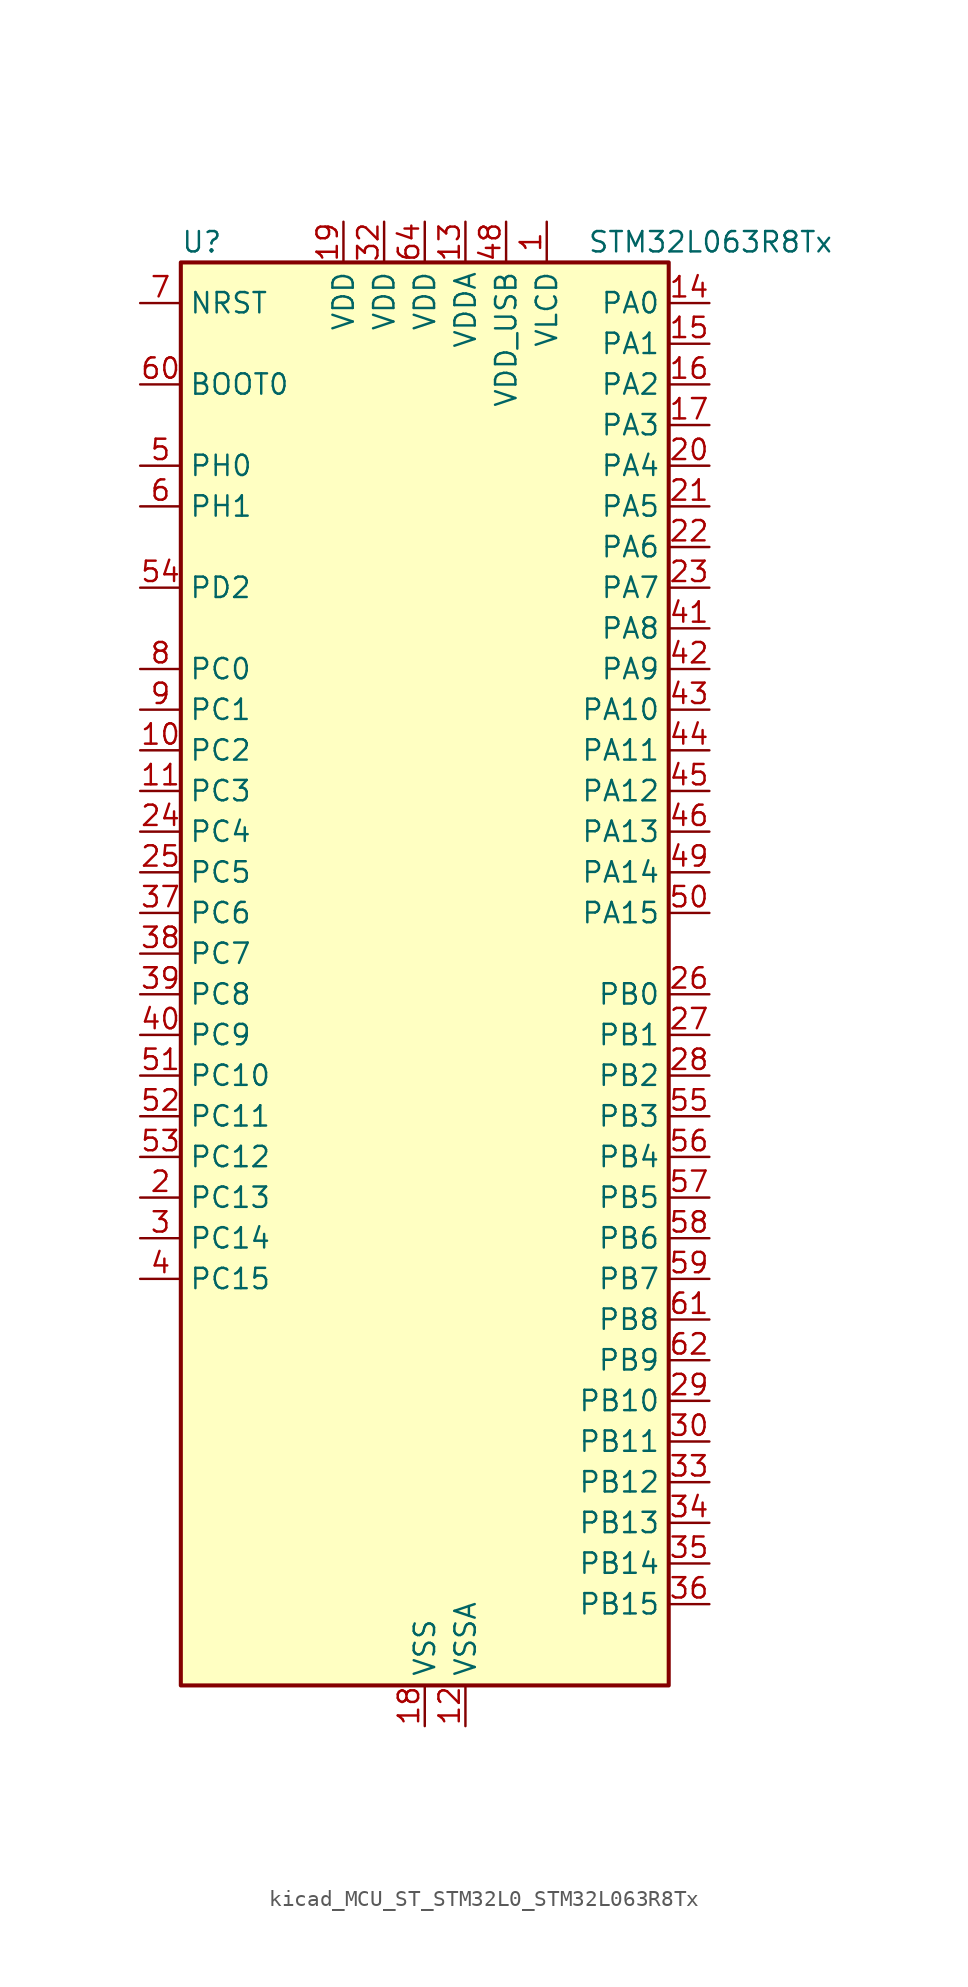
<source format=kicad_sym>
(kicad_symbol_lib
  (version 20220914)
  (generator kicad_symbol_editor)
  (symbol "kicad_MCU_ST_STM32L0_STM32L063R8Tx"
    (property "Reference" "U"
      (at -15.24 46.99 0)
      (effects (font (size 1.27 1.27)) (justify left)))
    (property "Value" "STM32L063R8Tx"
      (at 10.16 46.99 0)
      (effects (font (size 1.27 1.27)) (justify left)))
    (property "ki_locked" ""
      (at 0 0 0)
      (effects (font (size 1.27 1.27))))
    (symbol "kicad_MCU_ST_STM32L0_STM32L063R8Tx_0_1"
      (rectangle (start -15.24 -43.18) (end 15.24 45.72) (stroke (width 0.254) (type default)) (fill (type background))))
    (symbol "kicad_MCU_ST_STM32L0_STM32L063R8Tx_1_1"
      (pin power_in line (at 7.62 48.26 270) (length 2.54) (name "VLCD" (effects (font (size 1.27 1.27)))) (number "1" (effects (font (size 1.27 1.27)))))
      (pin bidirectional line (at -17.78 15.24 0) (length 2.54) (name "PC2" (effects (font (size 1.27 1.27)))) (number "10" (effects (font (size 1.27 1.27)))) (alternate "ADC_IN12" bidirectional line) (alternate "I2S2_MCK" bidirectional line) (alternate "LCD_SEG20" bidirectional line) (alternate "LPTIM1_IN2" bidirectional line) (alternate "SPI2_MISO" bidirectional line) (alternate "TSC_G7_IO3" bidirectional line))
      (pin bidirectional line (at -17.78 12.7 0) (length 2.54) (name "PC3" (effects (font (size 1.27 1.27)))) (number "11" (effects (font (size 1.27 1.27)))) (alternate "ADC_IN13" bidirectional line) (alternate "I2S2_SD" bidirectional line) (alternate "LCD_SEG21" bidirectional line) (alternate "LPTIM1_ETR" bidirectional line) (alternate "SPI2_MOSI" bidirectional line) (alternate "TSC_G7_IO4" bidirectional line))
      (pin power_in line (at 2.54 -45.72 90) (length 2.54) (name "VSSA" (effects (font (size 1.27 1.27)))) (number "12" (effects (font (size 1.27 1.27)))))
      (pin power_in line (at 2.54 48.26 270) (length 2.54) (name "VDDA" (effects (font (size 1.27 1.27)))) (number "13" (effects (font (size 1.27 1.27)))))
      (pin bidirectional line (at 17.78 43.18 180) (length 2.54) (name "PA0" (effects (font (size 1.27 1.27)))) (number "14" (effects (font (size 1.27 1.27)))) (alternate "ADC_IN0" bidirectional line) (alternate "COMP1_INM" bidirectional line) (alternate "COMP1_OUT" bidirectional line) (alternate "RTC_TAMP2" bidirectional line) (alternate "SYS_WKUP1" bidirectional line) (alternate "TIM2_CH1" bidirectional line) (alternate "TIM2_ETR" bidirectional line) (alternate "TSC_G1_IO1" bidirectional line) (alternate "USART2_CTS" bidirectional line))
      (pin bidirectional line (at 17.78 40.64 180) (length 2.54) (name "PA1" (effects (font (size 1.27 1.27)))) (number "15" (effects (font (size 1.27 1.27)))) (alternate "ADC_IN1" bidirectional line) (alternate "COMP1_INP" bidirectional line) (alternate "LCD_SEG0" bidirectional line) (alternate "TIM21_ETR" bidirectional line) (alternate "TIM2_CH2" bidirectional line) (alternate "TSC_G1_IO2" bidirectional line) (alternate "USART2_DE" bidirectional line) (alternate "USART2_RTS" bidirectional line))
      (pin bidirectional line (at 17.78 38.1 180) (length 2.54) (name "PA2" (effects (font (size 1.27 1.27)))) (number "16" (effects (font (size 1.27 1.27)))) (alternate "ADC_IN2" bidirectional line) (alternate "COMP2_INM" bidirectional line) (alternate "COMP2_OUT" bidirectional line) (alternate "LCD_SEG1" bidirectional line) (alternate "TIM21_CH1" bidirectional line) (alternate "TIM2_CH3" bidirectional line) (alternate "TSC_G1_IO3" bidirectional line) (alternate "USART2_TX" bidirectional line))
      (pin bidirectional line (at 17.78 35.56 180) (length 2.54) (name "PA3" (effects (font (size 1.27 1.27)))) (number "17" (effects (font (size 1.27 1.27)))) (alternate "ADC_IN3" bidirectional line) (alternate "COMP2_INP" bidirectional line) (alternate "LCD_SEG2" bidirectional line) (alternate "TIM21_CH2" bidirectional line) (alternate "TIM2_CH4" bidirectional line) (alternate "TSC_G1_IO4" bidirectional line) (alternate "USART2_RX" bidirectional line))
      (pin power_in line (at 0 -45.72 90) (length 2.54) (name "VSS" (effects (font (size 1.27 1.27)))) (number "18" (effects (font (size 1.27 1.27)))))
      (pin power_in line (at -5.08 48.26 270) (length 2.54) (name "VDD" (effects (font (size 1.27 1.27)))) (number "19" (effects (font (size 1.27 1.27)))))
      (pin bidirectional line (at -17.78 -12.7 0) (length 2.54) (name "PC13" (effects (font (size 1.27 1.27)))) (number "2" (effects (font (size 1.27 1.27)))) (alternate "RTC_OUT_ALARM" bidirectional line) (alternate "RTC_OUT_CALIB" bidirectional line) (alternate "RTC_TAMP1" bidirectional line) (alternate "RTC_TS" bidirectional line) (alternate "SYS_WKUP2" bidirectional line))
      (pin bidirectional line (at 17.78 33.02 180) (length 2.54) (name "PA4" (effects (font (size 1.27 1.27)))) (number "20" (effects (font (size 1.27 1.27)))) (alternate "ADC_IN4" bidirectional line) (alternate "COMP1_INM" bidirectional line) (alternate "COMP2_INM" bidirectional line) (alternate "DAC_OUT1" bidirectional line) (alternate "SPI1_NSS" bidirectional line) (alternate "TIM22_ETR" bidirectional line) (alternate "TSC_G2_IO1" bidirectional line) (alternate "USART2_CK" bidirectional line))
      (pin bidirectional line (at 17.78 30.48 180) (length 2.54) (name "PA5" (effects (font (size 1.27 1.27)))) (number "21" (effects (font (size 1.27 1.27)))) (alternate "ADC_IN5" bidirectional line) (alternate "COMP1_INM" bidirectional line) (alternate "COMP2_INM" bidirectional line) (alternate "SPI1_SCK" bidirectional line) (alternate "TIM2_CH1" bidirectional line) (alternate "TIM2_ETR" bidirectional line) (alternate "TSC_G2_IO2" bidirectional line))
      (pin bidirectional line (at 17.78 27.94 180) (length 2.54) (name "PA6" (effects (font (size 1.27 1.27)))) (number "22" (effects (font (size 1.27 1.27)))) (alternate "ADC_IN6" bidirectional line) (alternate "COMP1_OUT" bidirectional line) (alternate "LCD_SEG3" bidirectional line) (alternate "LPUART1_CTS" bidirectional line) (alternate "SPI1_MISO" bidirectional line) (alternate "TIM22_CH1" bidirectional line) (alternate "TSC_G2_IO3" bidirectional line))
      (pin bidirectional line (at 17.78 25.4 180) (length 2.54) (name "PA7" (effects (font (size 1.27 1.27)))) (number "23" (effects (font (size 1.27 1.27)))) (alternate "ADC_IN7" bidirectional line) (alternate "COMP2_OUT" bidirectional line) (alternate "LCD_SEG4" bidirectional line) (alternate "SPI1_MOSI" bidirectional line) (alternate "TIM22_CH2" bidirectional line) (alternate "TSC_G2_IO4" bidirectional line))
      (pin bidirectional line (at -17.78 10.16 0) (length 2.54) (name "PC4" (effects (font (size 1.27 1.27)))) (number "24" (effects (font (size 1.27 1.27)))) (alternate "ADC_IN14" bidirectional line) (alternate "LCD_SEG22" bidirectional line) (alternate "LPUART1_TX" bidirectional line))
      (pin bidirectional line (at -17.78 7.62 0) (length 2.54) (name "PC5" (effects (font (size 1.27 1.27)))) (number "25" (effects (font (size 1.27 1.27)))) (alternate "ADC_IN15" bidirectional line) (alternate "LCD_SEG23" bidirectional line) (alternate "LPUART1_RX" bidirectional line) (alternate "TSC_G3_IO1" bidirectional line))
      (pin bidirectional line (at 17.78 0 180) (length 2.54) (name "PB0" (effects (font (size 1.27 1.27)))) (number "26" (effects (font (size 1.27 1.27)))) (alternate "ADC_IN8" bidirectional line) (alternate "LCD_SEG5" bidirectional line) (alternate "LCD_VLCD3" bidirectional line) (alternate "SYS_VREF_OUT_PB0" bidirectional line) (alternate "TSC_G3_IO2" bidirectional line))
      (pin bidirectional line (at 17.78 -2.54 180) (length 2.54) (name "PB1" (effects (font (size 1.27 1.27)))) (number "27" (effects (font (size 1.27 1.27)))) (alternate "ADC_IN9" bidirectional line) (alternate "LCD_SEG6" bidirectional line) (alternate "LPUART1_DE" bidirectional line) (alternate "LPUART1_RTS" bidirectional line) (alternate "SYS_VREF_OUT_PB1" bidirectional line) (alternate "TSC_G3_IO3" bidirectional line))
      (pin bidirectional line (at 17.78 -5.08 180) (length 2.54) (name "PB2" (effects (font (size 1.27 1.27)))) (number "28" (effects (font (size 1.27 1.27)))) (alternate "LCD_VLCD1" bidirectional line) (alternate "LPTIM1_OUT" bidirectional line) (alternate "TSC_G3_IO4" bidirectional line))
      (pin bidirectional line (at 17.78 -25.4 180) (length 2.54) (name "PB10" (effects (font (size 1.27 1.27)))) (number "29" (effects (font (size 1.27 1.27)))) (alternate "I2C2_SCL" bidirectional line) (alternate "LCD_SEG10" bidirectional line) (alternate "LPUART1_TX" bidirectional line) (alternate "SPI2_SCK" bidirectional line) (alternate "TIM2_CH3" bidirectional line) (alternate "TSC_SYNC" bidirectional line))
      (pin bidirectional line (at -17.78 -15.24 0) (length 2.54) (name "PC14" (effects (font (size 1.27 1.27)))) (number "3" (effects (font (size 1.27 1.27)))) (alternate "RCC_OSC32_IN" bidirectional line))
      (pin bidirectional line (at 17.78 -27.94 180) (length 2.54) (name "PB11" (effects (font (size 1.27 1.27)))) (number "30" (effects (font (size 1.27 1.27)))) (alternate "ADC_EXTI11" bidirectional line) (alternate "I2C2_SDA" bidirectional line) (alternate "LCD_SEG11" bidirectional line) (alternate "LPUART1_RX" bidirectional line) (alternate "TIM2_CH4" bidirectional line) (alternate "TSC_G6_IO1" bidirectional line))
      (pin passive line (at 0 -45.72 90) (length 2.54) hide (name "VSS" (effects (font (size 1.27 1.27)))) (number "31" (effects (font (size 1.27 1.27)))))
      (pin power_in line (at -2.54 48.26 270) (length 2.54) (name "VDD" (effects (font (size 1.27 1.27)))) (number "32" (effects (font (size 1.27 1.27)))))
      (pin bidirectional line (at 17.78 -30.48 180) (length 2.54) (name "PB12" (effects (font (size 1.27 1.27)))) (number "33" (effects (font (size 1.27 1.27)))) (alternate "I2S2_WS" bidirectional line) (alternate "LCD_SEG12" bidirectional line) (alternate "LCD_VLCD2" bidirectional line) (alternate "LPUART1_DE" bidirectional line) (alternate "LPUART1_RTS" bidirectional line) (alternate "SPI2_NSS" bidirectional line) (alternate "TSC_G6_IO2" bidirectional line))
      (pin bidirectional line (at 17.78 -33.02 180) (length 2.54) (name "PB13" (effects (font (size 1.27 1.27)))) (number "34" (effects (font (size 1.27 1.27)))) (alternate "I2C2_SCL" bidirectional line) (alternate "I2S2_CK" bidirectional line) (alternate "LCD_SEG13" bidirectional line) (alternate "LPUART1_CTS" bidirectional line) (alternate "SPI2_SCK" bidirectional line) (alternate "TIM21_CH1" bidirectional line) (alternate "TSC_G6_IO3" bidirectional line))
      (pin bidirectional line (at 17.78 -35.56 180) (length 2.54) (name "PB14" (effects (font (size 1.27 1.27)))) (number "35" (effects (font (size 1.27 1.27)))) (alternate "I2C2_SDA" bidirectional line) (alternate "I2S2_MCK" bidirectional line) (alternate "LCD_SEG14" bidirectional line) (alternate "LPUART1_DE" bidirectional line) (alternate "LPUART1_RTS" bidirectional line) (alternate "RTC_OUT_ALARM" bidirectional line) (alternate "RTC_OUT_CALIB" bidirectional line) (alternate "SPI2_MISO" bidirectional line) (alternate "TIM21_CH2" bidirectional line) (alternate "TSC_G6_IO4" bidirectional line))
      (pin bidirectional line (at 17.78 -38.1 180) (length 2.54) (name "PB15" (effects (font (size 1.27 1.27)))) (number "36" (effects (font (size 1.27 1.27)))) (alternate "I2S2_SD" bidirectional line) (alternate "LCD_SEG15" bidirectional line) (alternate "RTC_REFIN" bidirectional line) (alternate "SPI2_MOSI" bidirectional line))
      (pin bidirectional line (at -17.78 5.08 0) (length 2.54) (name "PC6" (effects (font (size 1.27 1.27)))) (number "37" (effects (font (size 1.27 1.27)))) (alternate "LCD_SEG24" bidirectional line) (alternate "TIM22_CH1" bidirectional line) (alternate "TSC_G8_IO1" bidirectional line))
      (pin bidirectional line (at -17.78 2.54 0) (length 2.54) (name "PC7" (effects (font (size 1.27 1.27)))) (number "38" (effects (font (size 1.27 1.27)))) (alternate "LCD_SEG25" bidirectional line) (alternate "TIM22_CH2" bidirectional line) (alternate "TSC_G8_IO2" bidirectional line))
      (pin bidirectional line (at -17.78 0 0) (length 2.54) (name "PC8" (effects (font (size 1.27 1.27)))) (number "39" (effects (font (size 1.27 1.27)))) (alternate "LCD_SEG26" bidirectional line) (alternate "TIM22_ETR" bidirectional line) (alternate "TSC_G8_IO3" bidirectional line))
      (pin bidirectional line (at -17.78 -17.78 0) (length 2.54) (name "PC15" (effects (font (size 1.27 1.27)))) (number "4" (effects (font (size 1.27 1.27)))) (alternate "RCC_OSC32_OUT" bidirectional line))
      (pin bidirectional line (at -17.78 -2.54 0) (length 2.54) (name "PC9" (effects (font (size 1.27 1.27)))) (number "40" (effects (font (size 1.27 1.27)))) (alternate "DAC_EXTI9" bidirectional line) (alternate "LCD_SEG27" bidirectional line) (alternate "TIM21_ETR" bidirectional line) (alternate "TSC_G8_IO4" bidirectional line) (alternate "USB_NOE" bidirectional line))
      (pin bidirectional line (at 17.78 22.86 180) (length 2.54) (name "PA8" (effects (font (size 1.27 1.27)))) (number "41" (effects (font (size 1.27 1.27)))) (alternate "CRS_SYNC" bidirectional line) (alternate "LCD_COM0" bidirectional line) (alternate "RCC_MCO" bidirectional line) (alternate "USART1_CK" bidirectional line))
      (pin bidirectional line (at 17.78 20.32 180) (length 2.54) (name "PA9" (effects (font (size 1.27 1.27)))) (number "42" (effects (font (size 1.27 1.27)))) (alternate "DAC_EXTI9" bidirectional line) (alternate "LCD_COM1" bidirectional line) (alternate "RCC_MCO" bidirectional line) (alternate "TSC_G4_IO1" bidirectional line) (alternate "USART1_TX" bidirectional line))
      (pin bidirectional line (at 17.78 17.78 180) (length 2.54) (name "PA10" (effects (font (size 1.27 1.27)))) (number "43" (effects (font (size 1.27 1.27)))) (alternate "LCD_COM2" bidirectional line) (alternate "TSC_G4_IO2" bidirectional line) (alternate "USART1_RX" bidirectional line))
      (pin bidirectional line (at 17.78 15.24 180) (length 2.54) (name "PA11" (effects (font (size 1.27 1.27)))) (number "44" (effects (font (size 1.27 1.27)))) (alternate "ADC_EXTI11" bidirectional line) (alternate "COMP1_OUT" bidirectional line) (alternate "SPI1_MISO" bidirectional line) (alternate "TSC_G4_IO3" bidirectional line) (alternate "USART1_CTS" bidirectional line) (alternate "USB_DM" bidirectional line))
      (pin bidirectional line (at 17.78 12.7 180) (length 2.54) (name "PA12" (effects (font (size 1.27 1.27)))) (number "45" (effects (font (size 1.27 1.27)))) (alternate "COMP2_OUT" bidirectional line) (alternate "SPI1_MOSI" bidirectional line) (alternate "TSC_G4_IO4" bidirectional line) (alternate "USART1_DE" bidirectional line) (alternate "USART1_RTS" bidirectional line) (alternate "USB_DP" bidirectional line))
      (pin bidirectional line (at 17.78 10.16 180) (length 2.54) (name "PA13" (effects (font (size 1.27 1.27)))) (number "46" (effects (font (size 1.27 1.27)))) (alternate "SYS_SWDIO" bidirectional line) (alternate "USB_NOE" bidirectional line))
      (pin passive line (at 0 -45.72 90) (length 2.54) hide (name "VSS" (effects (font (size 1.27 1.27)))) (number "47" (effects (font (size 1.27 1.27)))))
      (pin power_in line (at 5.08 48.26 270) (length 2.54) (name "VDD_USB" (effects (font (size 1.27 1.27)))) (number "48" (effects (font (size 1.27 1.27)))))
      (pin bidirectional line (at 17.78 7.62 180) (length 2.54) (name "PA14" (effects (font (size 1.27 1.27)))) (number "49" (effects (font (size 1.27 1.27)))) (alternate "SYS_SWCLK" bidirectional line) (alternate "USART2_TX" bidirectional line))
      (pin bidirectional line (at -17.78 33.02 0) (length 2.54) (name "PH0" (effects (font (size 1.27 1.27)))) (number "5" (effects (font (size 1.27 1.27)))) (alternate "CRS_SYNC" bidirectional line) (alternate "RCC_OSC_IN" bidirectional line))
      (pin bidirectional line (at 17.78 5.08 180) (length 2.54) (name "PA15" (effects (font (size 1.27 1.27)))) (number "50" (effects (font (size 1.27 1.27)))) (alternate "LCD_SEG17" bidirectional line) (alternate "SPI1_NSS" bidirectional line) (alternate "TIM2_CH1" bidirectional line) (alternate "TIM2_ETR" bidirectional line) (alternate "USART2_RX" bidirectional line))
      (pin bidirectional line (at -17.78 -5.08 0) (length 2.54) (name "PC10" (effects (font (size 1.27 1.27)))) (number "51" (effects (font (size 1.27 1.27)))) (alternate "LCD_COM4" bidirectional line) (alternate "LCD_SEG28" bidirectional line) (alternate "LPUART1_TX" bidirectional line))
      (pin bidirectional line (at -17.78 -7.62 0) (length 2.54) (name "PC11" (effects (font (size 1.27 1.27)))) (number "52" (effects (font (size 1.27 1.27)))) (alternate "ADC_EXTI11" bidirectional line) (alternate "LCD_COM5" bidirectional line) (alternate "LCD_SEG29" bidirectional line) (alternate "LPUART1_RX" bidirectional line))
      (pin bidirectional line (at -17.78 -10.16 0) (length 2.54) (name "PC12" (effects (font (size 1.27 1.27)))) (number "53" (effects (font (size 1.27 1.27)))) (alternate "LCD_COM6" bidirectional line) (alternate "LCD_SEG30" bidirectional line))
      (pin bidirectional line (at -17.78 25.4 0) (length 2.54) (name "PD2" (effects (font (size 1.27 1.27)))) (number "54" (effects (font (size 1.27 1.27)))) (alternate "LCD_COM7" bidirectional line) (alternate "LCD_SEG31" bidirectional line) (alternate "LPUART1_DE" bidirectional line) (alternate "LPUART1_RTS" bidirectional line))
      (pin bidirectional line (at 17.78 -7.62 180) (length 2.54) (name "PB3" (effects (font (size 1.27 1.27)))) (number "55" (effects (font (size 1.27 1.27)))) (alternate "COMP2_INM" bidirectional line) (alternate "LCD_SEG7" bidirectional line) (alternate "SPI1_SCK" bidirectional line) (alternate "TIM2_CH2" bidirectional line) (alternate "TSC_G5_IO1" bidirectional line))
      (pin bidirectional line (at 17.78 -10.16 180) (length 2.54) (name "PB4" (effects (font (size 1.27 1.27)))) (number "56" (effects (font (size 1.27 1.27)))) (alternate "COMP2_INP" bidirectional line) (alternate "LCD_SEG8" bidirectional line) (alternate "SPI1_MISO" bidirectional line) (alternate "TIM22_CH1" bidirectional line) (alternate "TSC_G5_IO2" bidirectional line))
      (pin bidirectional line (at 17.78 -12.7 180) (length 2.54) (name "PB5" (effects (font (size 1.27 1.27)))) (number "57" (effects (font (size 1.27 1.27)))) (alternate "COMP2_INP" bidirectional line) (alternate "I2C1_SMBA" bidirectional line) (alternate "LCD_SEG9" bidirectional line) (alternate "LPTIM1_IN1" bidirectional line) (alternate "SPI1_MOSI" bidirectional line) (alternate "TIM22_CH2" bidirectional line))
      (pin bidirectional line (at 17.78 -15.24 180) (length 2.54) (name "PB6" (effects (font (size 1.27 1.27)))) (number "58" (effects (font (size 1.27 1.27)))) (alternate "COMP2_INP" bidirectional line) (alternate "I2C1_SCL" bidirectional line) (alternate "LPTIM1_ETR" bidirectional line) (alternate "TSC_G5_IO3" bidirectional line) (alternate "USART1_TX" bidirectional line))
      (pin bidirectional line (at 17.78 -17.78 180) (length 2.54) (name "PB7" (effects (font (size 1.27 1.27)))) (number "59" (effects (font (size 1.27 1.27)))) (alternate "COMP2_INP" bidirectional line) (alternate "I2C1_SDA" bidirectional line) (alternate "LPTIM1_IN2" bidirectional line) (alternate "SYS_PVD_IN" bidirectional line) (alternate "TSC_G5_IO4" bidirectional line) (alternate "USART1_RX" bidirectional line))
      (pin bidirectional line (at -17.78 30.48 0) (length 2.54) (name "PH1" (effects (font (size 1.27 1.27)))) (number "6" (effects (font (size 1.27 1.27)))) (alternate "RCC_OSC_OUT" bidirectional line))
      (pin input line (at -17.78 38.1 0) (length 2.54) (name "BOOT0" (effects (font (size 1.27 1.27)))) (number "60" (effects (font (size 1.27 1.27)))))
      (pin bidirectional line (at 17.78 -20.32 180) (length 2.54) (name "PB8" (effects (font (size 1.27 1.27)))) (number "61" (effects (font (size 1.27 1.27)))) (alternate "I2C1_SCL" bidirectional line) (alternate "LCD_SEG16" bidirectional line) (alternate "TSC_SYNC" bidirectional line))
      (pin bidirectional line (at 17.78 -22.86 180) (length 2.54) (name "PB9" (effects (font (size 1.27 1.27)))) (number "62" (effects (font (size 1.27 1.27)))) (alternate "DAC_EXTI9" bidirectional line) (alternate "I2C1_SDA" bidirectional line) (alternate "I2S2_WS" bidirectional line) (alternate "LCD_COM3" bidirectional line) (alternate "SPI2_NSS" bidirectional line))
      (pin passive line (at 0 -45.72 90) (length 2.54) hide (name "VSS" (effects (font (size 1.27 1.27)))) (number "63" (effects (font (size 1.27 1.27)))))
      (pin power_in line (at 0 48.26 270) (length 2.54) (name "VDD" (effects (font (size 1.27 1.27)))) (number "64" (effects (font (size 1.27 1.27)))))
      (pin input line (at -17.78 43.18 0) (length 2.54) (name "NRST" (effects (font (size 1.27 1.27)))) (number "7" (effects (font (size 1.27 1.27)))))
      (pin bidirectional line (at -17.78 20.32 0) (length 2.54) (name "PC0" (effects (font (size 1.27 1.27)))) (number "8" (effects (font (size 1.27 1.27)))) (alternate "ADC_IN10" bidirectional line) (alternate "LCD_SEG18" bidirectional line) (alternate "LPTIM1_IN1" bidirectional line) (alternate "TSC_G7_IO1" bidirectional line))
      (pin bidirectional line (at -17.78 17.78 0) (length 2.54) (name "PC1" (effects (font (size 1.27 1.27)))) (number "9" (effects (font (size 1.27 1.27)))) (alternate "ADC_IN11" bidirectional line) (alternate "LCD_SEG19" bidirectional line) (alternate "LPTIM1_OUT" bidirectional line) (alternate "TSC_G7_IO2" bidirectional line)))))
</source>
